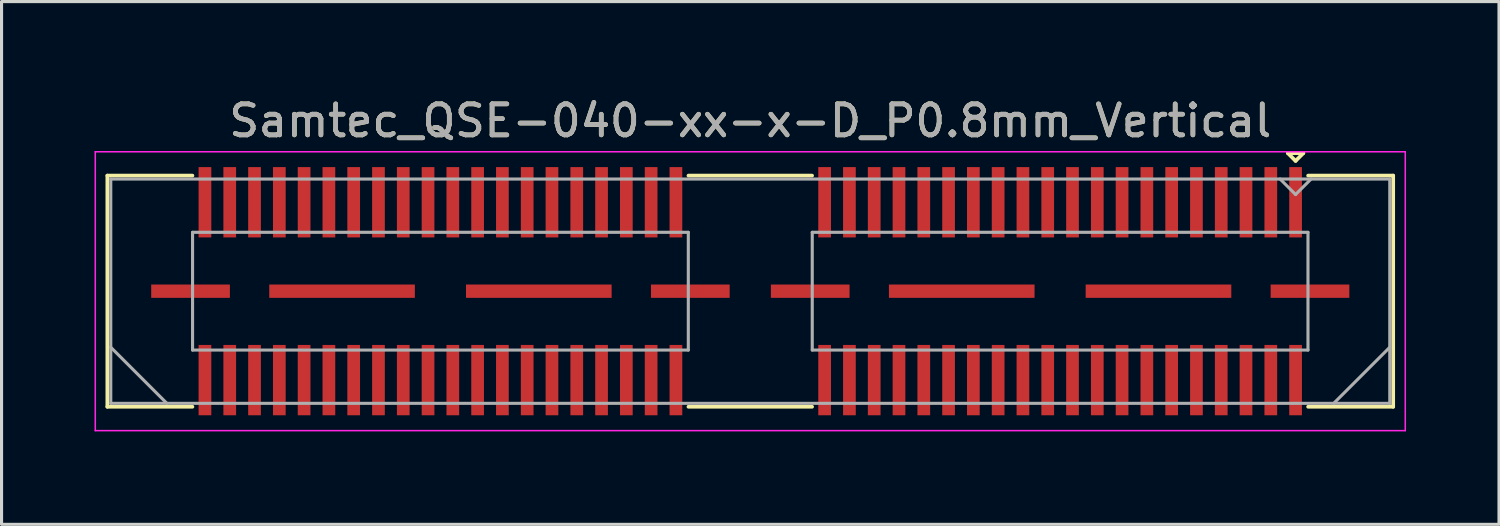
<source format=kicad_pcb>
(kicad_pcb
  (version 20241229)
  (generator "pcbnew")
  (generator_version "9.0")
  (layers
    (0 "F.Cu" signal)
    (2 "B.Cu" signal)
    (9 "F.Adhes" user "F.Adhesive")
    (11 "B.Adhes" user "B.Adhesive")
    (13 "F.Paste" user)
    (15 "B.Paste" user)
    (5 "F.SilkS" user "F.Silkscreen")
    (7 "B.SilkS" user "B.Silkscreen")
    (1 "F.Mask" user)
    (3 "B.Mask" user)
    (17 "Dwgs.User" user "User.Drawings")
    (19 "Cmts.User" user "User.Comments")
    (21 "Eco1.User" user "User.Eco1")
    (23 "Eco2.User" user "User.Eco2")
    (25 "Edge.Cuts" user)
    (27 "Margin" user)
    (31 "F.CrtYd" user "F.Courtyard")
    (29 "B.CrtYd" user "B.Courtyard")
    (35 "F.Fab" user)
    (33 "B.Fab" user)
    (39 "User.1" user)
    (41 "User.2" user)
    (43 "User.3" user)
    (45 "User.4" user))
  (footprint "Samtec_QSE-040-xx-x-D_P0.8mm_Vertical"
    (layer "F.Cu")
    (at 21.165 6.348)
    (property "Reference" "Samtec_QSE-040-xx-x-D_P0.8mm_Vertical" (at 0 -5.5 0) (layer "F.SilkS") (effects (font (size 1 1) (thickness 0.15))))
    (attr smd)
    (fp_line (start -20.75 -3.73) (end -18.005 -3.73) (stroke (width 0.12) (type solid)) (layer "F.SilkS"))
    (fp_line (start -20.75 3.73) (end -20.75 -3.73) (stroke (width 0.12) (type solid)) (layer "F.SilkS"))
    (fp_line (start -18.005 3.73) (end -20.75 3.73) (stroke (width 0.12) (type solid)) (layer "F.SilkS"))
    (fp_line (start 1.995 -3.73) (end -1.995 -3.73) (stroke (width 0.12) (type solid)) (layer "F.SilkS"))
    (fp_line (start 1.995 3.73) (end -1.995 3.73) (stroke (width 0.12) (type solid)) (layer "F.SilkS"))
    (fp_line (start 17.35 -4.455) (end 17.85 -4.455) (stroke (width 0.12) (type solid)) (layer "F.SilkS"))
    (fp_line (start 17.6 -4.205) (end 17.35 -4.455) (stroke (width 0.12) (type solid)) (layer "F.SilkS"))
    (fp_line (start 17.85 -4.455) (end 17.6 -4.205) (stroke (width 0.12) (type solid)) (layer "F.SilkS"))
    (fp_line (start 18.005 3.73) (end 20.75 3.73) (stroke (width 0.12) (type solid)) (layer "F.SilkS"))
    (fp_line (start 20.75 -3.73) (end 18.005 -3.73) (stroke (width 0.12) (type solid)) (layer "F.SilkS"))
    (fp_line (start 20.75 3.73) (end 20.75 -3.73) (stroke (width 0.12) (type solid)) (layer "F.SilkS"))
    (fp_line (start -21.14 -4.5) (end -21.14 4.5) (stroke (width 0.05) (type solid)) (layer "F.CrtYd"))
    (fp_line (start -21.14 4.5) (end 21.14 4.5) (stroke (width 0.05) (type solid)) (layer "F.CrtYd"))
    (fp_line (start 21.14 -4.5) (end -21.14 -4.5) (stroke (width 0.05) (type solid)) (layer "F.CrtYd"))
    (fp_line (start 21.14 4.5) (end 21.14 -4.5) (stroke (width 0.05) (type solid)) (layer "F.CrtYd"))
    (fp_line (start -20.64 -3.62) (end -20.64 3.62) (stroke (width 0.1) (type solid)) (layer "F.Fab"))
    (fp_line (start -20.64 1.81) (end -18.83 3.62) (stroke (width 0.1) (type solid)) (layer "F.Fab"))
    (fp_line (start -20.64 3.62) (end 20.64 3.62) (stroke (width 0.1) (type solid)) (layer "F.Fab"))
    (fp_line (start -18 -1.9) (end -18 1.9) (stroke (width 0.1) (type solid)) (layer "F.Fab"))
    (fp_line (start -18 1.9) (end -2 1.9) (stroke (width 0.1) (type solid)) (layer "F.Fab"))
    (fp_line (start -2 -1.9) (end -18 -1.9) (stroke (width 0.1) (type solid)) (layer "F.Fab"))
    (fp_line (start -2 1.9) (end -2 -1.9) (stroke (width 0.1) (type solid)) (layer "F.Fab"))
    (fp_line (start 2 -1.9) (end 2 1.9) (stroke (width 0.1) (type solid)) (layer "F.Fab"))
    (fp_line (start 2 1.9) (end 18 1.9) (stroke (width 0.1) (type solid)) (layer "F.Fab"))
    (fp_line (start 17.6 -3.12) (end 17.1 -3.62) (stroke (width 0.1) (type solid)) (layer "F.Fab"))
    (fp_line (start 18 -1.9) (end 2 -1.9) (stroke (width 0.1) (type solid)) (layer "F.Fab"))
    (fp_line (start 18 1.9) (end 18 -1.9) (stroke (width 0.1) (type solid)) (layer "F.Fab"))
    (fp_line (start 18.1 -3.62) (end 17.6 -3.12) (stroke (width 0.1) (type solid)) (layer "F.Fab"))
    (fp_line (start 20.64 -3.62) (end -20.64 -3.62) (stroke (width 0.1) (type solid)) (layer "F.Fab"))
    (fp_line (start 20.64 1.81) (end 18.83 3.62) (stroke (width 0.1) (type solid)) (layer "F.Fab"))
    (fp_line (start 20.64 3.62) (end 20.64 -3.62) (stroke (width 0.1) (type solid)) (layer "F.Fab"))
    (fp_text user "${REFERENCE}" (at 0 -5.5 0) (layer "F.Fab") (effects (font (size 1 1) (thickness 0.15))))
    (pad "1" smd rect (at 17.6 -2.87) (size 0.41 2.27) (layers "F.Cu" "F.Mask" "F.Paste"))
    (pad "2" smd rect (at 17.6 2.87) (size 0.41 2.27) (layers "F.Cu" "F.Mask" "F.Paste"))
    (pad "3" smd rect (at 16.8 -2.87) (size 0.41 2.27) (layers "F.Cu" "F.Mask" "F.Paste"))
    (pad "4" smd rect (at 16.8 2.87) (size 0.41 2.27) (layers "F.Cu" "F.Mask" "F.Paste"))
    (pad "5" smd rect (at 16 -2.87) (size 0.41 2.27) (layers "F.Cu" "F.Mask" "F.Paste"))
    (pad "6" smd rect (at 16 2.87) (size 0.41 2.27) (layers "F.Cu" "F.Mask" "F.Paste"))
    (pad "7" smd rect (at 15.2 -2.87) (size 0.41 2.27) (layers "F.Cu" "F.Mask" "F.Paste"))
    (pad "8" smd rect (at 15.2 2.87) (size 0.41 2.27) (layers "F.Cu" "F.Mask" "F.Paste"))
    (pad "9" smd rect (at 14.4 -2.87) (size 0.41 2.27) (layers "F.Cu" "F.Mask" "F.Paste"))
    (pad "10" smd rect (at 14.4 2.87) (size 0.41 2.27) (layers "F.Cu" "F.Mask" "F.Paste"))
    (pad "11" smd rect (at 13.6 -2.87) (size 0.41 2.27) (layers "F.Cu" "F.Mask" "F.Paste"))
    (pad "12" smd rect (at 13.6 2.87) (size 0.41 2.27) (layers "F.Cu" "F.Mask" "F.Paste"))
    (pad "13" smd rect (at 12.8 -2.87) (size 0.41 2.27) (layers "F.Cu" "F.Mask" "F.Paste"))
    (pad "14" smd rect (at 12.8 2.87) (size 0.41 2.27) (layers "F.Cu" "F.Mask" "F.Paste"))
    (pad "15" smd rect (at 12 -2.87) (size 0.41 2.27) (layers "F.Cu" "F.Mask" "F.Paste"))
    (pad "16" smd rect (at 12 2.87) (size 0.41 2.27) (layers "F.Cu" "F.Mask" "F.Paste"))
    (pad "17" smd rect (at 11.2 -2.87) (size 0.41 2.27) (layers "F.Cu" "F.Mask" "F.Paste"))
    (pad "18" smd rect (at 11.2 2.87) (size 0.41 2.27) (layers "F.Cu" "F.Mask" "F.Paste"))
    (pad "19" smd rect (at 10.4 -2.87) (size 0.41 2.27) (layers "F.Cu" "F.Mask" "F.Paste"))
    (pad "20" smd rect (at 10.4 2.87) (size 0.41 2.27) (layers "F.Cu" "F.Mask" "F.Paste"))
    (pad "21" smd rect (at 9.6 -2.87) (size 0.41 2.27) (layers "F.Cu" "F.Mask" "F.Paste"))
    (pad "22" smd rect (at 9.6 2.87) (size 0.41 2.27) (layers "F.Cu" "F.Mask" "F.Paste"))
    (pad "23" smd rect (at 8.8 -2.87) (size 0.41 2.27) (layers "F.Cu" "F.Mask" "F.Paste"))
    (pad "24" smd rect (at 8.8 2.87) (size 0.41 2.27) (layers "F.Cu" "F.Mask" "F.Paste"))
    (pad "25" smd rect (at 8 -2.87) (size 0.41 2.27) (layers "F.Cu" "F.Mask" "F.Paste"))
    (pad "26" smd rect (at 8 2.87) (size 0.41 2.27) (layers "F.Cu" "F.Mask" "F.Paste"))
    (pad "27" smd rect (at 7.2 -2.87) (size 0.41 2.27) (layers "F.Cu" "F.Mask" "F.Paste"))
    (pad "28" smd rect (at 7.2 2.87) (size 0.41 2.27) (layers "F.Cu" "F.Mask" "F.Paste"))
    (pad "29" smd rect (at 6.4 -2.87) (size 0.41 2.27) (layers "F.Cu" "F.Mask" "F.Paste"))
    (pad "30" smd rect (at 6.4 2.87) (size 0.41 2.27) (layers "F.Cu" "F.Mask" "F.Paste"))
    (pad "31" smd rect (at 5.6 -2.87) (size 0.41 2.27) (layers "F.Cu" "F.Mask" "F.Paste"))
    (pad "32" smd rect (at 5.6 2.87) (size 0.41 2.27) (layers "F.Cu" "F.Mask" "F.Paste"))
    (pad "33" smd rect (at 4.8 -2.87) (size 0.41 2.27) (layers "F.Cu" "F.Mask" "F.Paste"))
    (pad "34" smd rect (at 4.8 2.87) (size 0.41 2.27) (layers "F.Cu" "F.Mask" "F.Paste"))
    (pad "35" smd rect (at 4 -2.87) (size 0.41 2.27) (layers "F.Cu" "F.Mask" "F.Paste"))
    (pad "36" smd rect (at 4 2.87) (size 0.41 2.27) (layers "F.Cu" "F.Mask" "F.Paste"))
    (pad "37" smd rect (at 3.2 -2.87) (size 0.41 2.27) (layers "F.Cu" "F.Mask" "F.Paste"))
    (pad "38" smd rect (at 3.2 2.87) (size 0.41 2.27) (layers "F.Cu" "F.Mask" "F.Paste"))
    (pad "39" smd rect (at 2.4 -2.87) (size 0.41 2.27) (layers "F.Cu" "F.Mask" "F.Paste"))
    (pad "40" smd rect (at 2.4 2.87) (size 0.41 2.27) (layers "F.Cu" "F.Mask" "F.Paste"))
    (pad "41" smd rect (at -2.4 -2.87) (size 0.41 2.27) (layers "F.Cu" "F.Mask" "F.Paste"))
    (pad "42" smd rect (at -2.4 2.87) (size 0.41 2.27) (layers "F.Cu" "F.Mask" "F.Paste"))
    (pad "43" smd rect (at -3.2 -2.87) (size 0.41 2.27) (layers "F.Cu" "F.Mask" "F.Paste"))
    (pad "44" smd rect (at -3.2 2.87) (size 0.41 2.27) (layers "F.Cu" "F.Mask" "F.Paste"))
    (pad "45" smd rect (at -4 -2.87) (size 0.41 2.27) (layers "F.Cu" "F.Mask" "F.Paste"))
    (pad "46" smd rect (at -4 2.87) (size 0.41 2.27) (layers "F.Cu" "F.Mask" "F.Paste"))
    (pad "47" smd rect (at -4.8 -2.87) (size 0.41 2.27) (layers "F.Cu" "F.Mask" "F.Paste"))
    (pad "48" smd rect (at -4.8 2.87) (size 0.41 2.27) (layers "F.Cu" "F.Mask" "F.Paste"))
    (pad "49" smd rect (at -5.6 -2.87) (size 0.41 2.27) (layers "F.Cu" "F.Mask" "F.Paste"))
    (pad "50" smd rect (at -5.6 2.87) (size 0.41 2.27) (layers "F.Cu" "F.Mask" "F.Paste"))
    (pad "51" smd rect (at -6.4 -2.87) (size 0.41 2.27) (layers "F.Cu" "F.Mask" "F.Paste"))
    (pad "52" smd rect (at -6.4 2.87) (size 0.41 2.27) (layers "F.Cu" "F.Mask" "F.Paste"))
    (pad "53" smd rect (at -7.2 -2.87) (size 0.41 2.27) (layers "F.Cu" "F.Mask" "F.Paste"))
    (pad "54" smd rect (at -7.2 2.87) (size 0.41 2.27) (layers "F.Cu" "F.Mask" "F.Paste"))
    (pad "55" smd rect (at -8 -2.87) (size 0.41 2.27) (layers "F.Cu" "F.Mask" "F.Paste"))
    (pad "56" smd rect (at -8 2.87) (size 0.41 2.27) (layers "F.Cu" "F.Mask" "F.Paste"))
    (pad "57" smd rect (at -8.8 -2.87) (size 0.41 2.27) (layers "F.Cu" "F.Mask" "F.Paste"))
    (pad "58" smd rect (at -8.8 2.87) (size 0.41 2.27) (layers "F.Cu" "F.Mask" "F.Paste"))
    (pad "59" smd rect (at -9.6 -2.87) (size 0.41 2.27) (layers "F.Cu" "F.Mask" "F.Paste"))
    (pad "60" smd rect (at -9.6 2.87) (size 0.41 2.27) (layers "F.Cu" "F.Mask" "F.Paste"))
    (pad "61" smd rect (at -10.4 -2.87) (size 0.41 2.27) (layers "F.Cu" "F.Mask" "F.Paste"))
    (pad "62" smd rect (at -10.4 2.87) (size 0.41 2.27) (layers "F.Cu" "F.Mask" "F.Paste"))
    (pad "63" smd rect (at -11.2 -2.87) (size 0.41 2.27) (layers "F.Cu" "F.Mask" "F.Paste"))
    (pad "64" smd rect (at -11.2 2.87) (size 0.41 2.27) (layers "F.Cu" "F.Mask" "F.Paste"))
    (pad "65" smd rect (at -12 -2.87) (size 0.41 2.27) (layers "F.Cu" "F.Mask" "F.Paste"))
    (pad "66" smd rect (at -12 2.87) (size 0.41 2.27) (layers "F.Cu" "F.Mask" "F.Paste"))
    (pad "67" smd rect (at -12.8 -2.87) (size 0.41 2.27) (layers "F.Cu" "F.Mask" "F.Paste"))
    (pad "68" smd rect (at -12.8 2.87) (size 0.41 2.27) (layers "F.Cu" "F.Mask" "F.Paste"))
    (pad "69" smd rect (at -13.6 -2.87) (size 0.41 2.27) (layers "F.Cu" "F.Mask" "F.Paste"))
    (pad "70" smd rect (at -13.6 2.87) (size 0.41 2.27) (layers "F.Cu" "F.Mask" "F.Paste"))
    (pad "71" smd rect (at -14.4 -2.87) (size 0.41 2.27) (layers "F.Cu" "F.Mask" "F.Paste"))
    (pad "72" smd rect (at -14.4 2.87) (size 0.41 2.27) (layers "F.Cu" "F.Mask" "F.Paste"))
    (pad "73" smd rect (at -15.2 -2.87) (size 0.41 2.27) (layers "F.Cu" "F.Mask" "F.Paste"))
    (pad "74" smd rect (at -15.2 2.87) (size 0.41 2.27) (layers "F.Cu" "F.Mask" "F.Paste"))
    (pad "75" smd rect (at -16 -2.87) (size 0.41 2.27) (layers "F.Cu" "F.Mask" "F.Paste"))
    (pad "76" smd rect (at -16 2.87) (size 0.41 2.27) (layers "F.Cu" "F.Mask" "F.Paste"))
    (pad "77" smd rect (at -16.8 -2.87) (size 0.41 2.27) (layers "F.Cu" "F.Mask" "F.Paste"))
    (pad "78" smd rect (at -16.8 2.87) (size 0.41 2.27) (layers "F.Cu" "F.Mask" "F.Paste"))
    (pad "79" smd rect (at -17.6 -2.87) (size 0.41 2.27) (layers "F.Cu" "F.Mask" "F.Paste"))
    (pad "80" smd rect (at -17.6 2.87) (size 0.41 2.27) (layers "F.Cu" "F.Mask" "F.Paste"))
    (pad "P1" smd rect (at 1.935 0) (size 2.54 0.43) (layers "F.Cu" "F.Mask" "F.Paste"))
    (pad "P1" smd rect (at 6.825 0) (size 4.7 0.43) (layers "F.Cu" "F.Mask" "F.Paste"))
    (pad "P1" smd rect (at 13.175 0) (size 4.7 0.43) (layers "F.Cu" "F.Mask" "F.Paste"))
    (pad "P1" smd rect (at 18.065 0) (size 2.54 0.43) (layers "F.Cu" "F.Mask" "F.Paste"))
    (pad "P2" smd rect (at -18.065 0) (size 2.54 0.43) (layers "F.Cu" "F.Mask" "F.Paste"))
    (pad "P2" smd rect (at -13.175 0) (size 4.7 0.43) (layers "F.Cu" "F.Mask" "F.Paste"))
    (pad "P2" smd rect (at -6.825 0) (size 4.7 0.43) (layers "F.Cu" "F.Mask" "F.Paste"))
    (pad "P2" smd rect (at -1.935 0) (size 2.54 0.43) (layers "F.Cu" "F.Mask" "F.Paste")))
  (gr_rect
    (start -3 -3)
    (end 45.33 13.873)
    (stroke (width 0.1) (type default))
    (fill no)
    (layer "Edge.Cuts")))
</source>
